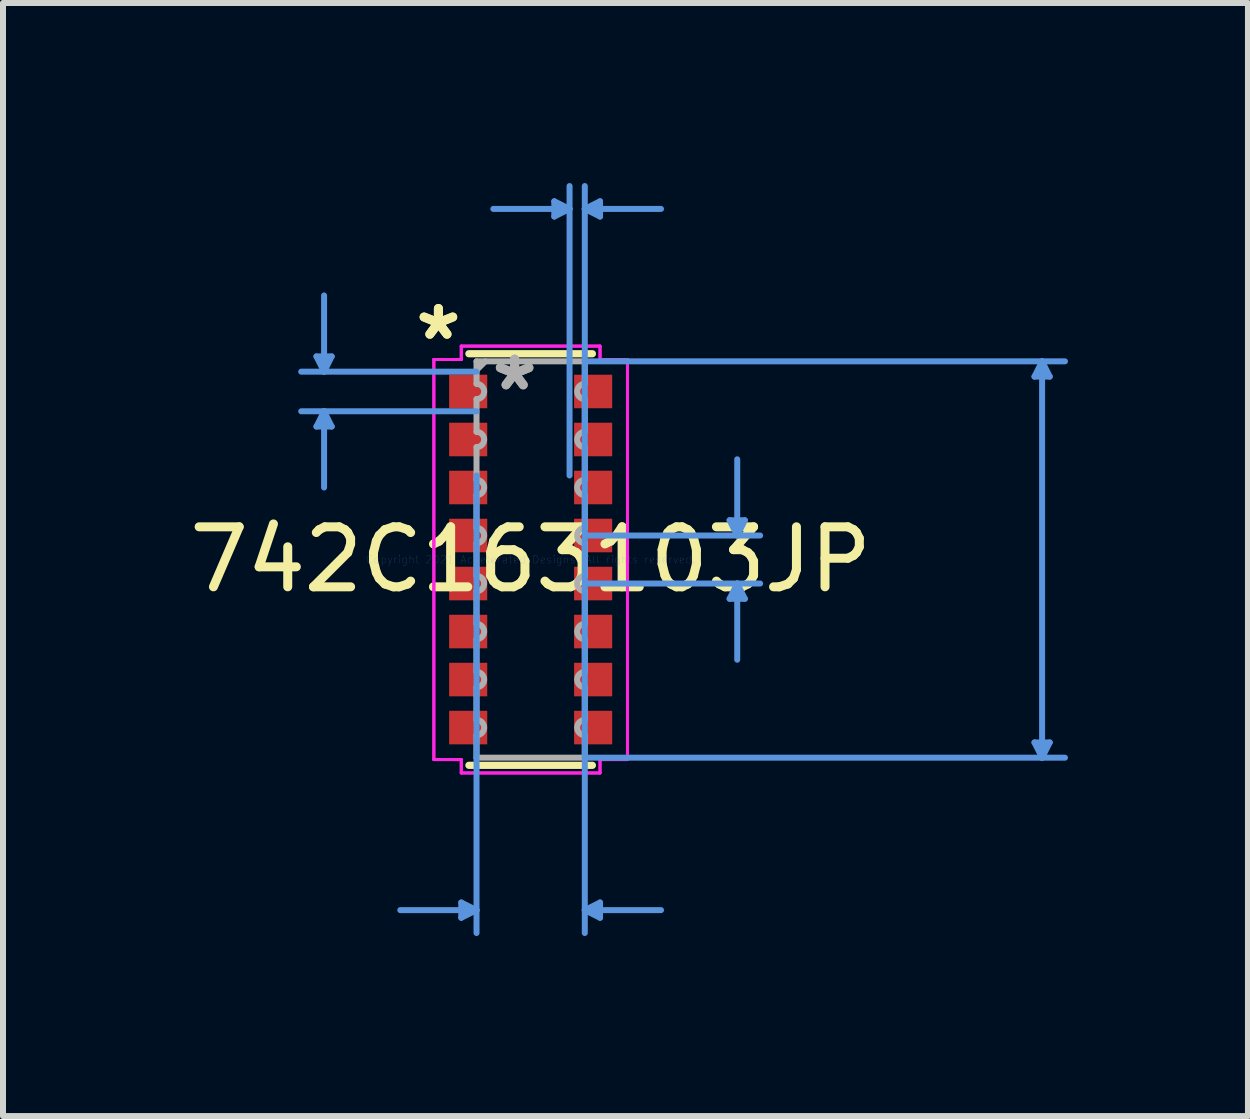
<source format=kicad_pcb>
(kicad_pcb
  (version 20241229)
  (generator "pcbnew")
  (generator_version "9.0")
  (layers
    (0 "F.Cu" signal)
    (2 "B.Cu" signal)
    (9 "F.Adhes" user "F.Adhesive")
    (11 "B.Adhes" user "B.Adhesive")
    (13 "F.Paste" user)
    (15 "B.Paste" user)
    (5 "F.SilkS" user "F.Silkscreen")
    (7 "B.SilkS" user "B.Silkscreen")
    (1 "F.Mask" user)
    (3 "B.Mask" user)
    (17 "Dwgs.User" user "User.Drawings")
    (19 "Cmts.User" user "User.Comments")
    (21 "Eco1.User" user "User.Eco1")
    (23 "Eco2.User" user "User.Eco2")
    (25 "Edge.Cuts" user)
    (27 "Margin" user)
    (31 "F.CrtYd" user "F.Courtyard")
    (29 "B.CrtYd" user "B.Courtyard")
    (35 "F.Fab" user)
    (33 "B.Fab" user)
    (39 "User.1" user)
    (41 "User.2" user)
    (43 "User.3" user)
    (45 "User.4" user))
  (footprint "742C163103JP"
    (layer "F.Cu")
    (at 5.792 6.273)
    (property "Reference" "742C163103JP" (at 0 0 0) (layer "F.SilkS") (effects (font (size 1 1) (thickness 0.15))))
    (attr through_hole)
    (fp_line (start -1.029 -3.429) (end 1.029 -3.429) (stroke (width 0.12) (type solid)) (layer "F.SilkS"))
    (fp_line (start -1.029 3.429) (end 1.029 3.429) (stroke (width 0.12) (type solid)) (layer "F.SilkS"))
    (fp_line (start -3.569 -3.384) (end -3.315 -3.384) (stroke (width 0.1) (type solid)) (layer "Cmts.User"))
    (fp_line (start -3.569 -2.216) (end -3.315 -2.216) (stroke (width 0.1) (type solid)) (layer "Cmts.User"))
    (fp_line (start -3.442 -3.13) (end -3.569 -3.384) (stroke (width 0.1) (type solid)) (layer "Cmts.User"))
    (fp_line (start -3.442 -3.13) (end -3.442 -4.4) (stroke (width 0.1) (type solid)) (layer "Cmts.User"))
    (fp_line (start -3.442 -3.13) (end -3.315 -3.384) (stroke (width 0.1) (type solid)) (layer "Cmts.User"))
    (fp_line (start -3.442 -2.47) (end -3.569 -2.216) (stroke (width 0.1) (type solid)) (layer "Cmts.User"))
    (fp_line (start -3.442 -2.47) (end -3.442 -1.2) (stroke (width 0.1) (type solid)) (layer "Cmts.User"))
    (fp_line (start -3.442 -2.47) (end -3.315 -2.216) (stroke (width 0.1) (type solid)) (layer "Cmts.User"))
    (fp_line (start -1.156 5.715) (end -1.156 5.969) (stroke (width 0.1) (type solid)) (layer "Cmts.User"))
    (fp_line (start -0.902 -3.13) (end -3.823 -3.13) (stroke (width 0.1) (type solid)) (layer "Cmts.User"))
    (fp_line (start -0.902 -2.47) (end -3.823 -2.47) (stroke (width 0.1) (type solid)) (layer "Cmts.User"))
    (fp_line (start -0.902 -1.4) (end -0.902 6.223) (stroke (width 0.1) (type solid)) (layer "Cmts.User"))
    (fp_line (start -0.902 5.842) (end -2.172 5.842) (stroke (width 0.1) (type solid)) (layer "Cmts.User"))
    (fp_line (start -0.902 5.842) (end -1.156 5.715) (stroke (width 0.1) (type solid)) (layer "Cmts.User"))
    (fp_line (start -0.902 5.842) (end -1.156 5.969) (stroke (width 0.1) (type solid)) (layer "Cmts.User"))
    (fp_line (start 0.394 -5.969) (end 0.394 -5.715) (stroke (width 0.1) (type solid)) (layer "Cmts.User"))
    (fp_line (start 0.648 -5.842) (end -0.622 -5.842) (stroke (width 0.1) (type solid)) (layer "Cmts.User"))
    (fp_line (start 0.648 -5.842) (end 0.394 -5.969) (stroke (width 0.1) (type solid)) (layer "Cmts.User"))
    (fp_line (start 0.648 -5.842) (end 0.394 -5.715) (stroke (width 0.1) (type solid)) (layer "Cmts.User"))
    (fp_line (start 0.648 -1.4) (end 0.648 -6.223) (stroke (width 0.1) (type solid)) (layer "Cmts.User"))
    (fp_line (start 0.902 -5.842) (end 1.156 -5.969) (stroke (width 0.1) (type solid)) (layer "Cmts.User"))
    (fp_line (start 0.902 -5.842) (end 1.156 -5.715) (stroke (width 0.1) (type solid)) (layer "Cmts.User"))
    (fp_line (start 0.902 -5.842) (end 2.172 -5.842) (stroke (width 0.1) (type solid)) (layer "Cmts.User"))
    (fp_line (start 0.902 -3.302) (end 8.903 -3.302) (stroke (width 0.1) (type solid)) (layer "Cmts.User"))
    (fp_line (start 0.902 -1.4) (end 0.902 -6.223) (stroke (width 0.1) (type solid)) (layer "Cmts.User"))
    (fp_line (start 0.902 -1.4) (end 0.902 6.223) (stroke (width 0.1) (type solid)) (layer "Cmts.User"))
    (fp_line (start 0.902 -0.4) (end 3.823 -0.4) (stroke (width 0.1) (type solid)) (layer "Cmts.User"))
    (fp_line (start 0.902 0.4) (end 3.823 0.4) (stroke (width 0.1) (type solid)) (layer "Cmts.User"))
    (fp_line (start 0.902 3.302) (end 8.903 3.302) (stroke (width 0.1) (type solid)) (layer "Cmts.User"))
    (fp_line (start 0.902 5.842) (end 1.156 5.715) (stroke (width 0.1) (type solid)) (layer "Cmts.User"))
    (fp_line (start 0.902 5.842) (end 1.156 5.969) (stroke (width 0.1) (type solid)) (layer "Cmts.User"))
    (fp_line (start 0.902 5.842) (end 2.172 5.842) (stroke (width 0.1) (type solid)) (layer "Cmts.User"))
    (fp_line (start 1.156 -5.969) (end 1.156 -5.715) (stroke (width 0.1) (type solid)) (layer "Cmts.User"))
    (fp_line (start 1.156 5.715) (end 1.156 5.969) (stroke (width 0.1) (type solid)) (layer "Cmts.User"))
    (fp_line (start 3.315 -0.654) (end 3.569 -0.654) (stroke (width 0.1) (type solid)) (layer "Cmts.User"))
    (fp_line (start 3.315 0.654) (end 3.569 0.654) (stroke (width 0.1) (type solid)) (layer "Cmts.User"))
    (fp_line (start 3.442 -0.4) (end 3.315 -0.654) (stroke (width 0.1) (type solid)) (layer "Cmts.User"))
    (fp_line (start 3.442 -0.4) (end 3.442 -1.67) (stroke (width 0.1) (type solid)) (layer "Cmts.User"))
    (fp_line (start 3.442 -0.4) (end 3.569 -0.654) (stroke (width 0.1) (type solid)) (layer "Cmts.User"))
    (fp_line (start 3.442 0.4) (end 3.315 0.654) (stroke (width 0.1) (type solid)) (layer "Cmts.User"))
    (fp_line (start 3.442 0.4) (end 3.442 1.67) (stroke (width 0.1) (type solid)) (layer "Cmts.User"))
    (fp_line (start 3.442 0.4) (end 3.569 0.654) (stroke (width 0.1) (type solid)) (layer "Cmts.User"))
    (fp_line (start 8.395 -3.048) (end 8.649 -3.048) (stroke (width 0.1) (type solid)) (layer "Cmts.User"))
    (fp_line (start 8.395 3.048) (end 8.649 3.048) (stroke (width 0.1) (type solid)) (layer "Cmts.User"))
    (fp_line (start 8.522 -3.302) (end 8.395 -3.048) (stroke (width 0.1) (type solid)) (layer "Cmts.User"))
    (fp_line (start 8.522 -3.302) (end 8.522 3.302) (stroke (width 0.1) (type solid)) (layer "Cmts.User"))
    (fp_line (start 8.522 -3.302) (end 8.649 -3.048) (stroke (width 0.1) (type solid)) (layer "Cmts.User"))
    (fp_line (start 8.522 3.302) (end 8.395 3.048) (stroke (width 0.1) (type solid)) (layer "Cmts.User"))
    (fp_line (start 8.522 3.302) (end 8.649 3.048) (stroke (width 0.1) (type solid)) (layer "Cmts.User"))
    (fp_line (start -1.613 -3.333) (end -1.156 -3.333) (stroke (width 0.05) (type solid)) (layer "F.CrtYd"))
    (fp_line (start -1.613 -3.333) (end -1.156 -3.333) (stroke (width 0.05) (type solid)) (layer "F.CrtYd"))
    (fp_line (start -1.613 3.333) (end -1.613 -3.333) (stroke (width 0.05) (type solid)) (layer "F.CrtYd"))
    (fp_line (start -1.613 3.333) (end -1.613 -3.333) (stroke (width 0.05) (type solid)) (layer "F.CrtYd"))
    (fp_line (start -1.613 3.333) (end -1.156 3.333) (stroke (width 0.05) (type solid)) (layer "F.CrtYd"))
    (fp_line (start -1.156 -3.556) (end 1.156 -3.556) (stroke (width 0.05) (type solid)) (layer "F.CrtYd"))
    (fp_line (start -1.156 -3.556) (end 1.156 -3.556) (stroke (width 0.05) (type solid)) (layer "F.CrtYd"))
    (fp_line (start -1.156 -3.333) (end -1.156 -3.556) (stroke (width 0.05) (type solid)) (layer "F.CrtYd"))
    (fp_line (start -1.156 -3.333) (end -1.156 -3.556) (stroke (width 0.05) (type solid)) (layer "F.CrtYd"))
    (fp_line (start -1.156 3.333) (end -1.613 3.333) (stroke (width 0.05) (type solid)) (layer "F.CrtYd"))
    (fp_line (start -1.156 3.556) (end -1.156 3.333) (stroke (width 0.05) (type solid)) (layer "F.CrtYd"))
    (fp_line (start -1.156 3.556) (end -1.156 3.333) (stroke (width 0.05) (type solid)) (layer "F.CrtYd"))
    (fp_line (start 1.156 -3.556) (end 1.156 -3.333) (stroke (width 0.05) (type solid)) (layer "F.CrtYd"))
    (fp_line (start 1.156 -3.556) (end 1.156 -3.333) (stroke (width 0.05) (type solid)) (layer "F.CrtYd"))
    (fp_line (start 1.156 -3.333) (end 1.613 -3.333) (stroke (width 0.05) (type solid)) (layer "F.CrtYd"))
    (fp_line (start 1.156 3.333) (end 1.156 3.556) (stroke (width 0.05) (type solid)) (layer "F.CrtYd"))
    (fp_line (start 1.156 3.333) (end 1.156 3.556) (stroke (width 0.05) (type solid)) (layer "F.CrtYd"))
    (fp_line (start 1.156 3.556) (end -1.156 3.556) (stroke (width 0.05) (type solid)) (layer "F.CrtYd"))
    (fp_line (start 1.156 3.556) (end -1.156 3.556) (stroke (width 0.05) (type solid)) (layer "F.CrtYd"))
    (fp_line (start 1.613 -3.333) (end 1.156 -3.333) (stroke (width 0.05) (type solid)) (layer "F.CrtYd"))
    (fp_line (start 1.613 -3.333) (end 1.613 3.333) (stroke (width 0.05) (type solid)) (layer "F.CrtYd"))
    (fp_line (start 1.613 -3.333) (end 1.613 3.333) (stroke (width 0.05) (type solid)) (layer "F.CrtYd"))
    (fp_line (start 1.613 3.333) (end 1.156 3.333) (stroke (width 0.05) (type solid)) (layer "F.CrtYd"))
    (fp_line (start 1.613 3.333) (end 1.156 3.333) (stroke (width 0.05) (type solid)) (layer "F.CrtYd"))
    (fp_line (start -0.902 -3.302) (end 0.902 -3.302) (stroke (width 0.1) (type solid)) (layer "F.Fab"))
    (fp_line (start -0.902 -2.927) (end -0.902 -3.302) (stroke (width 0.1) (type solid)) (layer "F.Fab"))
    (fp_line (start -0.902 -2.673) (end -0.902 -2.127) (stroke (width 0.1) (type solid)) (layer "F.Fab"))
    (fp_line (start -0.902 -1.873) (end -0.902 -1.327) (stroke (width 0.1) (type solid)) (layer "F.Fab"))
    (fp_line (start -0.902 -1.073) (end -0.902 -0.527) (stroke (width 0.1) (type solid)) (layer "F.Fab"))
    (fp_line (start -0.902 -0.273) (end -0.902 0.273) (stroke (width 0.1) (type solid)) (layer "F.Fab"))
    (fp_line (start -0.902 0.527) (end -0.902 1.073) (stroke (width 0.1) (type solid)) (layer "F.Fab"))
    (fp_line (start -0.902 1.327) (end -0.902 1.873) (stroke (width 0.1) (type solid)) (layer "F.Fab"))
    (fp_line (start -0.902 2.127) (end -0.902 2.673) (stroke (width 0.1) (type solid)) (layer "F.Fab"))
    (fp_line (start -0.902 2.927) (end -0.902 3.302) (stroke (width 0.1) (type solid)) (layer "F.Fab"))
    (fp_line (start -0.902 3.302) (end 0.902 3.302) (stroke (width 0.1) (type solid)) (layer "F.Fab"))
    (fp_line (start -0.755 -3.302) (end -0.902 -3.156) (stroke (width 0.1) (type solid)) (layer "F.Fab"))
    (fp_line (start 0.902 -2.927) (end 0.902 -3.302) (stroke (width 0.1) (type solid)) (layer "F.Fab"))
    (fp_line (start 0.902 -2.673) (end 0.902 -2.127) (stroke (width 0.1) (type solid)) (layer "F.Fab"))
    (fp_line (start 0.902 -1.873) (end 0.902 -1.327) (stroke (width 0.1) (type solid)) (layer "F.Fab"))
    (fp_line (start 0.902 -1.073) (end 0.902 -0.527) (stroke (width 0.1) (type solid)) (layer "F.Fab"))
    (fp_line (start 0.902 -0.273) (end 0.902 0.273) (stroke (width 0.1) (type solid)) (layer "F.Fab"))
    (fp_line (start 0.902 0.527) (end 0.902 1.073) (stroke (width 0.1) (type solid)) (layer "F.Fab"))
    (fp_line (start 0.902 1.327) (end 0.902 1.873) (stroke (width 0.1) (type solid)) (layer "F.Fab"))
    (fp_line (start 0.902 2.127) (end 0.902 2.673) (stroke (width 0.1) (type solid)) (layer "F.Fab"))
    (fp_line (start 0.902 2.927) (end 0.902 3.302) (stroke (width 0.1) (type solid)) (layer "F.Fab"))
    (fp_arc (start -0.9017 -2.926998) (mid -0.774701 -2.799999) (end -0.9017 -2.673) (stroke (width 0.1) (type solid)) (layer "F.Fab"))
    (fp_arc (start -0.9017 -2.127) (mid -0.774699 -1.999999) (end -0.9017 -1.872998) (stroke (width 0.1) (type solid)) (layer "F.Fab"))
    (fp_arc (start -0.9017 -1.327) (mid -0.7747 -1.2) (end -0.9017 -1.073) (stroke (width 0.1) (type solid)) (layer "F.Fab"))
    (fp_arc (start -0.9017 -0.526999) (mid -0.7747 -0.399999) (end -0.9017 -0.272999) (stroke (width 0.1) (type solid)) (layer "F.Fab"))
    (fp_arc (start -0.9017 0.272999) (mid -0.7747 0.399999) (end -0.9017 0.526999) (stroke (width 0.1) (type solid)) (layer "F.Fab"))
    (fp_arc (start -0.9017 1.073) (mid -0.7747 1.2) (end -0.9017 1.327) (stroke (width 0.1) (type solid)) (layer "F.Fab"))
    (fp_arc (start -0.9017 1.873001) (mid -0.7747 2.000001) (end -0.9017 2.127001) (stroke (width 0.1) (type solid)) (layer "F.Fab"))
    (fp_arc (start -0.9017 2.672998) (mid -0.774699 2.799999) (end -0.9017 2.927) (stroke (width 0.1) (type solid)) (layer "F.Fab"))
    (fp_arc (start 0.9017 -2.672998) (mid 0.774699 -2.799999) (end 0.9017 -2.927) (stroke (width 0.1) (type solid)) (layer "F.Fab"))
    (fp_arc (start 0.9017 -1.873) (mid 0.774701 -1.999999) (end 0.9017 -2.126998) (stroke (width 0.1) (type solid)) (layer "F.Fab"))
    (fp_arc (start 0.9017 -1.073) (mid 0.7747 -1.2) (end 0.9017 -1.327) (stroke (width 0.1) (type solid)) (layer "F.Fab"))
    (fp_arc (start 0.9017 -0.272999) (mid 0.7747 -0.399999) (end 0.9017 -0.526999) (stroke (width 0.1) (type solid)) (layer "F.Fab"))
    (fp_arc (start 0.9017 0.526999) (mid 0.7747 0.399999) (end 0.9017 0.272999) (stroke (width 0.1) (type solid)) (layer "F.Fab"))
    (fp_arc (start 0.9017 1.327) (mid 0.7747 1.2) (end 0.9017 1.073) (stroke (width 0.1) (type solid)) (layer "F.Fab"))
    (fp_arc (start 0.9017 2.127001) (mid 0.7747 2.000001) (end 0.9017 1.873001) (stroke (width 0.1) (type solid)) (layer "F.Fab"))
    (fp_arc (start 0.9017 2.926998) (mid 0.774701 2.799999) (end 0.9017 2.673) (stroke (width 0.1) (type solid)) (layer "F.Fab"))
    (fp_text user "*" (at -1.537 -3.638 0) (layer "F.SilkS") (effects (font (size 1 1) (thickness 0.15))))
    (fp_text user "*" (at -1.537 -3.638 0) (layer "F.SilkS") (effects (font (size 1 1) (thickness 0.15))))
    (fp_text user "Copyright 2021 Accelerated Designs. All rights reserved." (at 0 0 0) (layer "Cmts.User") (effects (font (size 0.127 0.127) (thickness 0.002))))
    (fp_text user "*" (at -0.267 -2.794 0) (layer "F.Fab") (effects (font (size 1 1) (thickness 0.15))))
    (fp_text user "*" (at -0.267 -2.794 0) (layer "F.Fab") (effects (font (size 1 1) (thickness 0.15))))
    (pad "1" smd rect (at -1.041 -2.8) (size 0.635 0.559) (layers "F.Cu" "F.Mask" "F.Paste"))
    (pad "2" smd rect (at -1.041 -2) (size 0.635 0.559) (layers "F.Cu" "F.Mask" "F.Paste"))
    (pad "3" smd rect (at -1.041 -1.2) (size 0.635 0.559) (layers "F.Cu" "F.Mask" "F.Paste"))
    (pad "4" smd rect (at -1.041 -0.4) (size 0.635 0.559) (layers "F.Cu" "F.Mask" "F.Paste"))
    (pad "5" smd rect (at -1.041 0.4) (size 0.635 0.559) (layers "F.Cu" "F.Mask" "F.Paste"))
    (pad "6" smd rect (at -1.041 1.2) (size 0.635 0.559) (layers "F.Cu" "F.Mask" "F.Paste"))
    (pad "7" smd rect (at -1.041 2) (size 0.635 0.559) (layers "F.Cu" "F.Mask" "F.Paste"))
    (pad "8" smd rect (at -1.041 2.8) (size 0.635 0.559) (layers "F.Cu" "F.Mask" "F.Paste"))
    (pad "9" smd rect (at 1.041 2.8) (size 0.635 0.559) (layers "F.Cu" "F.Mask" "F.Paste"))
    (pad "10" smd rect (at 1.041 2) (size 0.635 0.559) (layers "F.Cu" "F.Mask" "F.Paste"))
    (pad "11" smd rect (at 1.041 1.2) (size 0.635 0.559) (layers "F.Cu" "F.Mask" "F.Paste"))
    (pad "12" smd rect (at 1.041 0.4) (size 0.635 0.559) (layers "F.Cu" "F.Mask" "F.Paste"))
    (pad "13" smd rect (at 1.041 -0.4) (size 0.635 0.559) (layers "F.Cu" "F.Mask" "F.Paste"))
    (pad "14" smd rect (at 1.041 -1.2) (size 0.635 0.559) (layers "F.Cu" "F.Mask" "F.Paste"))
    (pad "15" smd rect (at 1.041 -2) (size 0.635 0.559) (layers "F.Cu" "F.Mask" "F.Paste"))
    (pad "16" smd rect (at 1.041 -2.8) (size 0.635 0.559) (layers "F.Cu" "F.Mask" "F.Paste")))
  (gr_rect
    (start -3 -3)
    (end 17.744 15.546)
    (stroke (width 0.1) (type default))
    (fill no)
    (layer "Edge.Cuts")))
</source>
